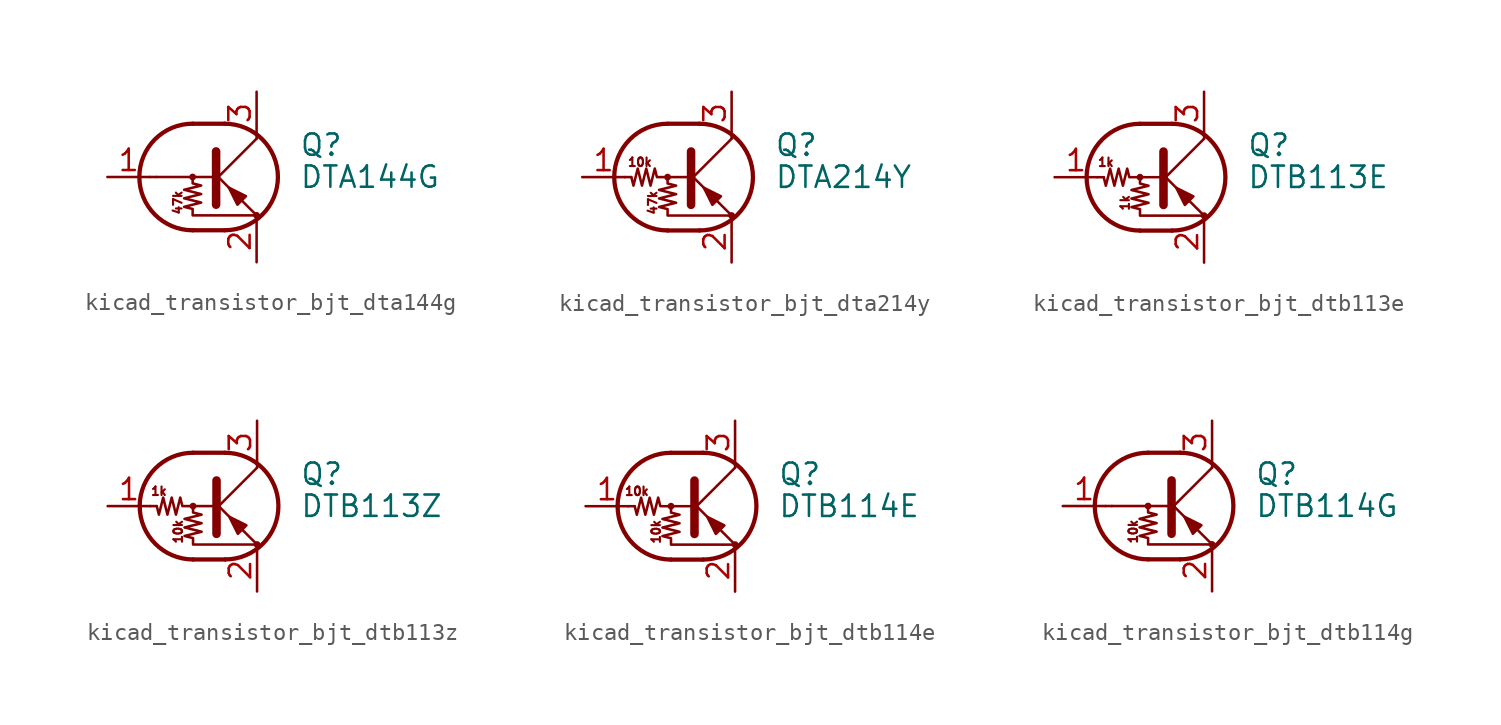
<source format=kicad_sym>
(kicad_symbol_lib
  (version 20220914)
  (generator kicad_symbol_editor)
  (symbol "kicad_transistor_bjt_dta144g"
    (pin_names
      (offset 0) hide)
    (property "Reference" "Q"
      (at 5.08 1.905 0)
      (effects (font (size 1.27 1.27)) (justify left)))
    (property "Value" "DTA144G"
      (at 5.08 0 0)
      (effects (font (size 1.27 1.27)) (justify left)))
    (symbol "kicad_transistor_bjt_dta144g_0_0"
      (polyline (pts (xy -3.429 0) (xy 0 0)) (stroke (width 0) (type default)) (fill (type none)))
      (text "47k" (at -2.159 -1.524 900) (effects (font (size 0.508 0.508)))))
    (symbol "kicad_transistor_bjt_dta144g_0_1"
      (circle (center -1.27 0) (radius 0.127) (stroke (width 0) (type default)) (fill (type none)))
      (arc (start -1.27 3.175) (mid -4.4312 0) (end -1.27 -3.175) (stroke (width 0.254) (type default)) (fill (type none)))
      (polyline (pts (xy -3.429 0) (xy -3.81 0)) (stroke (width 0) (type default)) (fill (type none)))
      (polyline (pts (xy -1.27 -3.175) (xy 0.635 -3.175)) (stroke (width 0.254) (type default)) (fill (type none)))
      (polyline (pts (xy -1.27 3.175) (xy 0.635 3.175)) (stroke (width 0.254) (type default)) (fill (type none)))
      (polyline (pts (xy 0 -0.254) (xy 2.54 2.286)) (stroke (width 0) (type default)) (fill (type none)))
      (polyline (pts (xy 0.127 1.524) (xy 0.127 -1.651)) (stroke (width 0.508) (type default)) (fill (type outline)))
      (polyline (pts (xy 2.54 2.286) (xy 2.54 2.54)) (stroke (width 0) (type default)) (fill (type none)))
      (polyline (pts (xy 2.54 -2.286) (xy 0 0.254) (xy 0 0.254)) (stroke (width 0) (type default)) (fill (type none)))
      (polyline (pts (xy 1.397 -1.651) (xy 1.905 -1.143) (xy 0.889 -0.635) (xy 1.397 -1.651)) (stroke (width 0) (type default)) (fill (type outline)))
      (polyline (pts (xy -1.27 0) (xy -1.27 -0.381) (xy -0.762 -0.508) (xy -1.778 -0.762) (xy -0.762 -1.016) (xy -1.778 -1.27) (xy -0.762 -1.524) (xy -1.778 -1.778) (xy -1.27 -1.905) (xy -1.27 -2.286) (xy 2.54 -2.286)) (stroke (width 0) (type default)) (fill (type none)))
      (arc (start 0.635 -3.175) (mid 3.7962 0) (end 0.635 3.175) (stroke (width 0.254) (type default)) (fill (type none)))
      (circle (center 2.54 -2.286) (radius 0.127) (stroke (width 0) (type default)) (fill (type none))))
    (symbol "kicad_transistor_bjt_dta144g_1_1"
      (pin input line (at -6.35 0 0) (length 2.54) (name "B" (effects (font (size 1.27 1.27)))) (number "1" (effects (font (size 1.27 1.27)))))
      (pin passive line (at 2.54 -5.08 90) (length 2.54) (name "E" (effects (font (size 1.27 1.27)))) (number "2" (effects (font (size 1.27 1.27)))))
      (pin passive line (at 2.54 5.08 270) (length 2.54) (name "C" (effects (font (size 1.27 1.27)))) (number "3" (effects (font (size 1.27 1.27)))))))
  (symbol "kicad_transistor_bjt_dta214y"
    (pin_names
      (offset 0) hide)
    (property "Reference" "Q"
      (at 5.08 1.905 0)
      (effects (font (size 1.27 1.27)) (justify left)))
    (property "Value" "DTA214Y"
      (at 5.08 0 0)
      (effects (font (size 1.27 1.27)) (justify left)))
    (symbol "kicad_transistor_bjt_dta214y_0_0"
      (text "10k" (at -2.921 0.889 0) (effects (font (size 0.508 0.508))))
      (text "47k" (at -2.159 -1.524 900) (effects (font (size 0.508 0.508)))))
    (symbol "kicad_transistor_bjt_dta214y_0_1"
      (circle (center -1.27 0) (radius 0.127) (stroke (width 0) (type default)) (fill (type none)))
      (arc (start -1.27 3.175) (mid -4.4312 0) (end -1.27 -3.175) (stroke (width 0.254) (type default)) (fill (type none)))
      (polyline (pts (xy -3.429 0) (xy -3.81 0)) (stroke (width 0) (type default)) (fill (type none)))
      (polyline (pts (xy -1.27 -3.175) (xy 0.635 -3.175)) (stroke (width 0.254) (type default)) (fill (type none)))
      (polyline (pts (xy -1.27 3.175) (xy 0.635 3.175)) (stroke (width 0.254) (type default)) (fill (type none)))
      (polyline (pts (xy 0 -0.254) (xy 2.54 2.286)) (stroke (width 0) (type default)) (fill (type none)))
      (polyline (pts (xy 0.127 1.524) (xy 0.127 -1.651)) (stroke (width 0.508) (type default)) (fill (type outline)))
      (polyline (pts (xy 2.54 2.286) (xy 2.54 2.54)) (stroke (width 0) (type default)) (fill (type none)))
      (polyline (pts (xy 2.54 -2.286) (xy 0 0.254) (xy 0 0.254)) (stroke (width 0) (type default)) (fill (type none)))
      (polyline (pts (xy 1.397 -1.651) (xy 1.905 -1.143) (xy 0.889 -0.635) (xy 1.397 -1.651)) (stroke (width 0) (type default)) (fill (type outline)))
      (polyline (pts (xy 0 0) (xy -1.905 0) (xy -2.032 0.508) (xy -2.286 -0.508) (xy -2.54 0.508) (xy -2.794 -0.508) (xy -3.048 0.508) (xy -3.302 -0.508) (xy -3.429 0)) (stroke (width 0) (type default)) (fill (type none)))
      (polyline (pts (xy -1.27 0) (xy -1.27 -0.381) (xy -0.762 -0.508) (xy -1.778 -0.762) (xy -0.762 -1.016) (xy -1.778 -1.27) (xy -0.762 -1.524) (xy -1.778 -1.778) (xy -1.27 -1.905) (xy -1.27 -2.286) (xy 2.54 -2.286)) (stroke (width 0) (type default)) (fill (type none)))
      (arc (start 0.635 -3.175) (mid 3.7962 0) (end 0.635 3.175) (stroke (width 0.254) (type default)) (fill (type none)))
      (circle (center 2.54 -2.286) (radius 0.127) (stroke (width 0) (type default)) (fill (type none))))
    (symbol "kicad_transistor_bjt_dta214y_1_1"
      (pin input line (at -6.35 0 0) (length 2.54) (name "B" (effects (font (size 1.27 1.27)))) (number "1" (effects (font (size 1.27 1.27)))))
      (pin passive line (at 2.54 -5.08 90) (length 2.54) (name "E" (effects (font (size 1.27 1.27)))) (number "2" (effects (font (size 1.27 1.27)))))
      (pin passive line (at 2.54 5.08 270) (length 2.54) (name "C" (effects (font (size 1.27 1.27)))) (number "3" (effects (font (size 1.27 1.27)))))))
  (symbol "kicad_transistor_bjt_dtb113e"
    (pin_names
      (offset 0) hide)
    (property "Reference" "Q"
      (at 5.08 1.905 0)
      (effects (font (size 1.27 1.27)) (justify left)))
    (property "Value" "DTB113E"
      (at 5.08 0 0)
      (effects (font (size 1.27 1.27)) (justify left)))
    (symbol "kicad_transistor_bjt_dtb113e_0_0"
      (text "1k" (at -3.302 0.889 0) (effects (font (size 0.508 0.508))))
      (text "1k" (at -2.159 -1.524 900) (effects (font (size 0.508 0.508)))))
    (symbol "kicad_transistor_bjt_dtb113e_0_1"
      (circle (center -1.27 0) (radius 0.127) (stroke (width 0) (type default)) (fill (type none)))
      (arc (start -1.27 3.175) (mid -4.4312 0) (end -1.27 -3.175) (stroke (width 0.254) (type default)) (fill (type none)))
      (polyline (pts (xy -3.429 0) (xy -3.81 0)) (stroke (width 0) (type default)) (fill (type none)))
      (polyline (pts (xy -1.27 -3.175) (xy 0.635 -3.175)) (stroke (width 0.254) (type default)) (fill (type none)))
      (polyline (pts (xy -1.27 3.175) (xy 0.635 3.175)) (stroke (width 0.254) (type default)) (fill (type none)))
      (polyline (pts (xy 0 -0.254) (xy 2.54 2.286)) (stroke (width 0) (type default)) (fill (type none)))
      (polyline (pts (xy 0.127 1.524) (xy 0.127 -1.651)) (stroke (width 0.508) (type default)) (fill (type outline)))
      (polyline (pts (xy 2.54 2.286) (xy 2.54 2.54)) (stroke (width 0) (type default)) (fill (type none)))
      (polyline (pts (xy 2.54 -2.286) (xy 0 0.254) (xy 0 0.254)) (stroke (width 0) (type default)) (fill (type none)))
      (polyline (pts (xy 1.397 -1.651) (xy 1.905 -1.143) (xy 0.889 -0.635) (xy 1.397 -1.651)) (stroke (width 0) (type default)) (fill (type outline)))
      (polyline (pts (xy 0 0) (xy -1.905 0) (xy -2.032 0.508) (xy -2.286 -0.508) (xy -2.54 0.508) (xy -2.794 -0.508) (xy -3.048 0.508) (xy -3.302 -0.508) (xy -3.429 0)) (stroke (width 0) (type default)) (fill (type none)))
      (polyline (pts (xy -1.27 0) (xy -1.27 -0.381) (xy -0.762 -0.508) (xy -1.778 -0.762) (xy -0.762 -1.016) (xy -1.778 -1.27) (xy -0.762 -1.524) (xy -1.778 -1.778) (xy -1.27 -1.905) (xy -1.27 -2.286) (xy 2.54 -2.286)) (stroke (width 0) (type default)) (fill (type none)))
      (arc (start 0.635 -3.175) (mid 3.7962 0) (end 0.635 3.175) (stroke (width 0.254) (type default)) (fill (type none)))
      (circle (center 2.54 -2.286) (radius 0.127) (stroke (width 0) (type default)) (fill (type none))))
    (symbol "kicad_transistor_bjt_dtb113e_1_1"
      (pin input line (at -6.35 0 0) (length 2.54) (name "B" (effects (font (size 1.27 1.27)))) (number "1" (effects (font (size 1.27 1.27)))))
      (pin passive line (at 2.54 -5.08 90) (length 2.54) (name "E" (effects (font (size 1.27 1.27)))) (number "2" (effects (font (size 1.27 1.27)))))
      (pin passive line (at 2.54 5.08 270) (length 2.54) (name "C" (effects (font (size 1.27 1.27)))) (number "3" (effects (font (size 1.27 1.27)))))))
  (symbol "kicad_transistor_bjt_dtb113z"
    (pin_names
      (offset 0) hide)
    (property "Reference" "Q"
      (at 5.08 1.905 0)
      (effects (font (size 1.27 1.27)) (justify left)))
    (property "Value" "DTB113Z"
      (at 5.08 0 0)
      (effects (font (size 1.27 1.27)) (justify left)))
    (symbol "kicad_transistor_bjt_dtb113z_0_0"
      (text "10k" (at -2.159 -1.524 900) (effects (font (size 0.508 0.508))))
      (text "1k" (at -3.302 0.889 0) (effects (font (size 0.508 0.508)))))
    (symbol "kicad_transistor_bjt_dtb113z_0_1"
      (circle (center -1.27 0) (radius 0.127) (stroke (width 0) (type default)) (fill (type none)))
      (arc (start -1.27 3.175) (mid -4.4312 0) (end -1.27 -3.175) (stroke (width 0.254) (type default)) (fill (type none)))
      (polyline (pts (xy -3.429 0) (xy -3.81 0)) (stroke (width 0) (type default)) (fill (type none)))
      (polyline (pts (xy -1.27 -3.175) (xy 0.635 -3.175)) (stroke (width 0.254) (type default)) (fill (type none)))
      (polyline (pts (xy -1.27 3.175) (xy 0.635 3.175)) (stroke (width 0.254) (type default)) (fill (type none)))
      (polyline (pts (xy 0 -0.254) (xy 2.54 2.286)) (stroke (width 0) (type default)) (fill (type none)))
      (polyline (pts (xy 0.127 1.524) (xy 0.127 -1.651)) (stroke (width 0.508) (type default)) (fill (type outline)))
      (polyline (pts (xy 2.54 2.286) (xy 2.54 2.54)) (stroke (width 0) (type default)) (fill (type none)))
      (polyline (pts (xy 2.54 -2.286) (xy 0 0.254) (xy 0 0.254)) (stroke (width 0) (type default)) (fill (type none)))
      (polyline (pts (xy 1.397 -1.651) (xy 1.905 -1.143) (xy 0.889 -0.635) (xy 1.397 -1.651)) (stroke (width 0) (type default)) (fill (type outline)))
      (polyline (pts (xy 0 0) (xy -1.905 0) (xy -2.032 0.508) (xy -2.286 -0.508) (xy -2.54 0.508) (xy -2.794 -0.508) (xy -3.048 0.508) (xy -3.302 -0.508) (xy -3.429 0)) (stroke (width 0) (type default)) (fill (type none)))
      (polyline (pts (xy -1.27 0) (xy -1.27 -0.381) (xy -0.762 -0.508) (xy -1.778 -0.762) (xy -0.762 -1.016) (xy -1.778 -1.27) (xy -0.762 -1.524) (xy -1.778 -1.778) (xy -1.27 -1.905) (xy -1.27 -2.286) (xy 2.54 -2.286)) (stroke (width 0) (type default)) (fill (type none)))
      (arc (start 0.635 -3.175) (mid 3.7962 0) (end 0.635 3.175) (stroke (width 0.254) (type default)) (fill (type none)))
      (circle (center 2.54 -2.286) (radius 0.127) (stroke (width 0) (type default)) (fill (type none))))
    (symbol "kicad_transistor_bjt_dtb113z_1_1"
      (pin input line (at -6.35 0 0) (length 2.54) (name "B" (effects (font (size 1.27 1.27)))) (number "1" (effects (font (size 1.27 1.27)))))
      (pin passive line (at 2.54 -5.08 90) (length 2.54) (name "E" (effects (font (size 1.27 1.27)))) (number "2" (effects (font (size 1.27 1.27)))))
      (pin passive line (at 2.54 5.08 270) (length 2.54) (name "C" (effects (font (size 1.27 1.27)))) (number "3" (effects (font (size 1.27 1.27)))))))
  (symbol "kicad_transistor_bjt_dtb114e"
    (pin_names
      (offset 0) hide)
    (property "Reference" "Q"
      (at 5.08 1.905 0)
      (effects (font (size 1.27 1.27)) (justify left)))
    (property "Value" "DTB114E"
      (at 5.08 0 0)
      (effects (font (size 1.27 1.27)) (justify left)))
    (symbol "kicad_transistor_bjt_dtb114e_0_0"
      (text "10k" (at -3.302 0.889 0) (effects (font (size 0.508 0.508))))
      (text "10k" (at -2.159 -1.524 900) (effects (font (size 0.508 0.508)))))
    (symbol "kicad_transistor_bjt_dtb114e_0_1"
      (circle (center -1.27 0) (radius 0.127) (stroke (width 0) (type default)) (fill (type none)))
      (arc (start -1.27 3.175) (mid -4.4312 0) (end -1.27 -3.175) (stroke (width 0.254) (type default)) (fill (type none)))
      (polyline (pts (xy -3.429 0) (xy -3.81 0)) (stroke (width 0) (type default)) (fill (type none)))
      (polyline (pts (xy -1.27 -3.175) (xy 0.635 -3.175)) (stroke (width 0.254) (type default)) (fill (type none)))
      (polyline (pts (xy -1.27 3.175) (xy 0.635 3.175)) (stroke (width 0.254) (type default)) (fill (type none)))
      (polyline (pts (xy 0 -0.254) (xy 2.54 2.286)) (stroke (width 0) (type default)) (fill (type none)))
      (polyline (pts (xy 0.127 1.524) (xy 0.127 -1.651)) (stroke (width 0.508) (type default)) (fill (type outline)))
      (polyline (pts (xy 2.54 2.286) (xy 2.54 2.54)) (stroke (width 0) (type default)) (fill (type none)))
      (polyline (pts (xy 2.54 -2.286) (xy 0 0.254) (xy 0 0.254)) (stroke (width 0) (type default)) (fill (type none)))
      (polyline (pts (xy 1.397 -1.651) (xy 1.905 -1.143) (xy 0.889 -0.635) (xy 1.397 -1.651)) (stroke (width 0) (type default)) (fill (type outline)))
      (polyline (pts (xy 0 0) (xy -1.905 0) (xy -2.032 0.508) (xy -2.286 -0.508) (xy -2.54 0.508) (xy -2.794 -0.508) (xy -3.048 0.508) (xy -3.302 -0.508) (xy -3.429 0)) (stroke (width 0) (type default)) (fill (type none)))
      (polyline (pts (xy -1.27 0) (xy -1.27 -0.381) (xy -0.762 -0.508) (xy -1.778 -0.762) (xy -0.762 -1.016) (xy -1.778 -1.27) (xy -0.762 -1.524) (xy -1.778 -1.778) (xy -1.27 -1.905) (xy -1.27 -2.286) (xy 2.54 -2.286)) (stroke (width 0) (type default)) (fill (type none)))
      (arc (start 0.635 -3.175) (mid 3.7962 0) (end 0.635 3.175) (stroke (width 0.254) (type default)) (fill (type none)))
      (circle (center 2.54 -2.286) (radius 0.127) (stroke (width 0) (type default)) (fill (type none))))
    (symbol "kicad_transistor_bjt_dtb114e_1_1"
      (pin input line (at -6.35 0 0) (length 2.54) (name "B" (effects (font (size 1.27 1.27)))) (number "1" (effects (font (size 1.27 1.27)))))
      (pin passive line (at 2.54 -5.08 90) (length 2.54) (name "E" (effects (font (size 1.27 1.27)))) (number "2" (effects (font (size 1.27 1.27)))))
      (pin passive line (at 2.54 5.08 270) (length 2.54) (name "C" (effects (font (size 1.27 1.27)))) (number "3" (effects (font (size 1.27 1.27)))))))
  (symbol "kicad_transistor_bjt_dtb114g"
    (pin_names
      (offset 0) hide)
    (property "Reference" "Q"
      (at 5.08 1.905 0)
      (effects (font (size 1.27 1.27)) (justify left)))
    (property "Value" "DTB114G"
      (at 5.08 0 0)
      (effects (font (size 1.27 1.27)) (justify left)))
    (symbol "kicad_transistor_bjt_dtb114g_0_0"
      (polyline (pts (xy -3.429 0) (xy 0 0)) (stroke (width 0) (type default)) (fill (type none)))
      (text "10k" (at -2.159 -1.524 900) (effects (font (size 0.508 0.508)))))
    (symbol "kicad_transistor_bjt_dtb114g_0_1"
      (circle (center -1.27 0) (radius 0.127) (stroke (width 0) (type default)) (fill (type none)))
      (arc (start -1.27 3.175) (mid -4.4312 0) (end -1.27 -3.175) (stroke (width 0.254) (type default)) (fill (type none)))
      (polyline (pts (xy -3.429 0) (xy -3.81 0)) (stroke (width 0) (type default)) (fill (type none)))
      (polyline (pts (xy -1.27 -3.175) (xy 0.635 -3.175)) (stroke (width 0.254) (type default)) (fill (type none)))
      (polyline (pts (xy -1.27 3.175) (xy 0.635 3.175)) (stroke (width 0.254) (type default)) (fill (type none)))
      (polyline (pts (xy 0 -0.254) (xy 2.54 2.286)) (stroke (width 0) (type default)) (fill (type none)))
      (polyline (pts (xy 0.127 1.524) (xy 0.127 -1.651)) (stroke (width 0.508) (type default)) (fill (type outline)))
      (polyline (pts (xy 2.54 2.286) (xy 2.54 2.54)) (stroke (width 0) (type default)) (fill (type none)))
      (polyline (pts (xy 2.54 -2.286) (xy 0 0.254) (xy 0 0.254)) (stroke (width 0) (type default)) (fill (type none)))
      (polyline (pts (xy 1.397 -1.651) (xy 1.905 -1.143) (xy 0.889 -0.635) (xy 1.397 -1.651)) (stroke (width 0) (type default)) (fill (type outline)))
      (polyline (pts (xy -1.27 0) (xy -1.27 -0.381) (xy -0.762 -0.508) (xy -1.778 -0.762) (xy -0.762 -1.016) (xy -1.778 -1.27) (xy -0.762 -1.524) (xy -1.778 -1.778) (xy -1.27 -1.905) (xy -1.27 -2.286) (xy 2.54 -2.286)) (stroke (width 0) (type default)) (fill (type none)))
      (arc (start 0.635 -3.175) (mid 3.7962 0) (end 0.635 3.175) (stroke (width 0.254) (type default)) (fill (type none)))
      (circle (center 2.54 -2.286) (radius 0.127) (stroke (width 0) (type default)) (fill (type none))))
    (symbol "kicad_transistor_bjt_dtb114g_1_1"
      (pin input line (at -6.35 0 0) (length 2.54) (name "B" (effects (font (size 1.27 1.27)))) (number "1" (effects (font (size 1.27 1.27)))))
      (pin passive line (at 2.54 -5.08 90) (length 2.54) (name "E" (effects (font (size 1.27 1.27)))) (number "2" (effects (font (size 1.27 1.27)))))
      (pin passive line (at 2.54 5.08 270) (length 2.54) (name "C" (effects (font (size 1.27 1.27)))) (number "3" (effects (font (size 1.27 1.27))))))))
</source>
